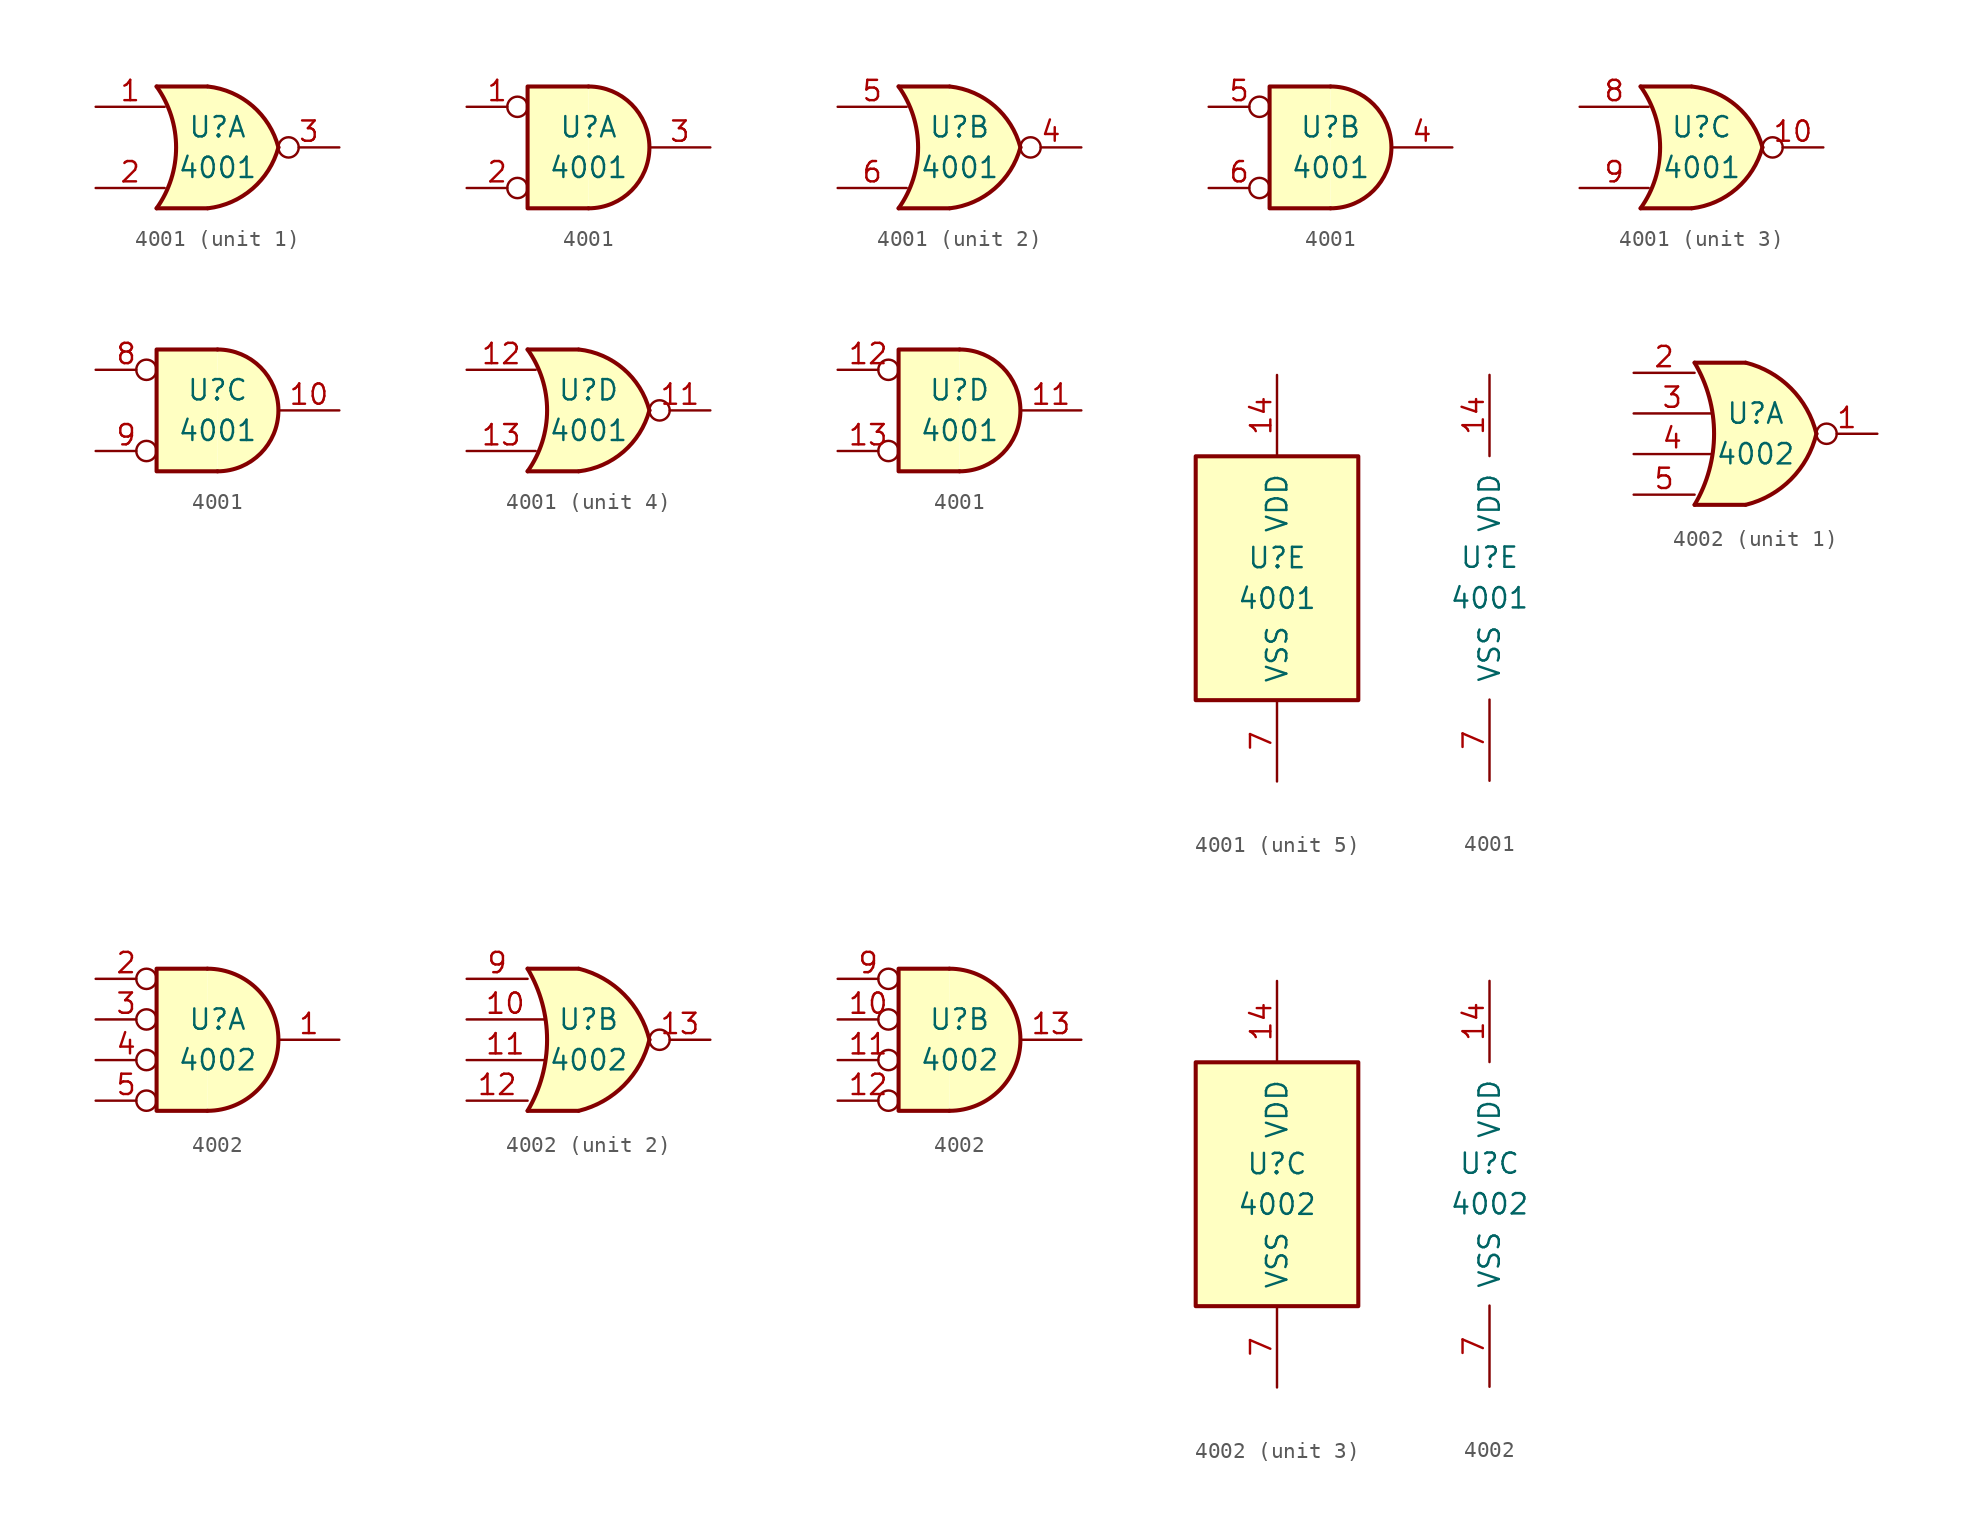
<source format=kicad_sym>
(kicad_symbol_lib
  (version 20241209)
  (generator "kicad_symbol_editor")
  (generator_version "9.0")
  (symbol "4001"
    (pin_names
      (offset 1.016))
    (property "Reference" "U"
      (at 0 1.27 0)
      (effects (font (size 1.27 1.27))))
    (property "Value" "4001"
      (at 0 -1.27 0)
      (effects (font (size 1.27 1.27))))
    (property "ki_locked" ""
      (at 0 0 0)
      (effects (font (size 1.27 1.27))))
    (symbol "4001_1_1"
      (arc (start -3.81 3.81) (mid -2.589 0) (end -3.81 -3.81) (stroke (width 0.254) (type default)) (fill (type none)))
      (polyline (pts (xy -3.81 3.81) (xy -0.635 3.81)) (stroke (width 0.254) (type default)) (fill (type background)))
      (polyline (pts (xy -3.81 -3.81) (xy -0.635 -3.81)) (stroke (width 0.254) (type default)) (fill (type background)))
      (arc (start 3.81 0) (mid 2.1855 -2.584) (end -0.6096 -3.81) (stroke (width 0.254) (type default)) (fill (type background)))
      (arc (start -0.6096 3.81) (mid 2.1928 2.5924) (end 3.81 0) (stroke (width 0.254) (type default)) (fill (type background)))
      (polyline (pts (xy -0.635 3.81) (xy -3.81 3.81) (xy -3.81 3.81) (xy -3.556 3.404) (xy -3.023 2.261) (xy -2.692 1.041) (xy -2.616 -0.254) (xy -2.769 -1.499) (xy -3.175 -2.718) (xy -3.81 -3.81) (xy -3.81 -3.81) (xy -0.635 -3.81)) (stroke (width -25.4) (type default)) (fill (type background)))
      (pin input line (at -7.62 2.54 0) (length 4.318) (name "~" (effects (font (size 1.27 1.27)))) (number "1" (effects (font (size 1.27 1.27)))))
      (pin input line (at -7.62 -2.54 0) (length 4.318) (name "~" (effects (font (size 1.27 1.27)))) (number "2" (effects (font (size 1.27 1.27)))))
      (pin output inverted (at 7.62 0 180) (length 3.81) (name "~" (effects (font (size 1.27 1.27)))) (number "3" (effects (font (size 1.27 1.27))))))
    (symbol "4001_1_2"
      (arc (start 0 3.81) (mid 3.7934 0) (end 0 -3.81) (stroke (width 0.254) (type default)) (fill (type background)))
      (polyline (pts (xy 0 3.81) (xy -3.81 3.81) (xy -3.81 -3.81) (xy 0 -3.81)) (stroke (width 0.254) (type default)) (fill (type background)))
      (pin input inverted (at -7.62 2.54 0) (length 3.81) (name "~" (effects (font (size 1.27 1.27)))) (number "1" (effects (font (size 1.27 1.27)))))
      (pin input inverted (at -7.62 -2.54 0) (length 3.81) (name "~" (effects (font (size 1.27 1.27)))) (number "2" (effects (font (size 1.27 1.27)))))
      (pin output line (at 7.62 0 180) (length 3.81) (name "~" (effects (font (size 1.27 1.27)))) (number "3" (effects (font (size 1.27 1.27))))))
    (symbol "4001_2_1"
      (arc (start -3.81 3.81) (mid -2.589 0) (end -3.81 -3.81) (stroke (width 0.254) (type default)) (fill (type none)))
      (polyline (pts (xy -3.81 3.81) (xy -0.635 3.81)) (stroke (width 0.254) (type default)) (fill (type background)))
      (polyline (pts (xy -3.81 -3.81) (xy -0.635 -3.81)) (stroke (width 0.254) (type default)) (fill (type background)))
      (arc (start 3.81 0) (mid 2.1855 -2.584) (end -0.6096 -3.81) (stroke (width 0.254) (type default)) (fill (type background)))
      (arc (start -0.6096 3.81) (mid 2.1928 2.5924) (end 3.81 0) (stroke (width 0.254) (type default)) (fill (type background)))
      (polyline (pts (xy -0.635 3.81) (xy -3.81 3.81) (xy -3.81 3.81) (xy -3.556 3.404) (xy -3.023 2.261) (xy -2.692 1.041) (xy -2.616 -0.254) (xy -2.769 -1.499) (xy -3.175 -2.718) (xy -3.81 -3.81) (xy -3.81 -3.81) (xy -0.635 -3.81)) (stroke (width -25.4) (type default)) (fill (type background)))
      (pin input line (at -7.62 2.54 0) (length 4.318) (name "~" (effects (font (size 1.27 1.27)))) (number "5" (effects (font (size 1.27 1.27)))))
      (pin input line (at -7.62 -2.54 0) (length 4.318) (name "~" (effects (font (size 1.27 1.27)))) (number "6" (effects (font (size 1.27 1.27)))))
      (pin output inverted (at 7.62 0 180) (length 3.81) (name "~" (effects (font (size 1.27 1.27)))) (number "4" (effects (font (size 1.27 1.27))))))
    (symbol "4001_2_2"
      (arc (start 0 3.81) (mid 3.7934 0) (end 0 -3.81) (stroke (width 0.254) (type default)) (fill (type background)))
      (polyline (pts (xy 0 3.81) (xy -3.81 3.81) (xy -3.81 -3.81) (xy 0 -3.81)) (stroke (width 0.254) (type default)) (fill (type background)))
      (pin input inverted (at -7.62 2.54 0) (length 3.81) (name "~" (effects (font (size 1.27 1.27)))) (number "5" (effects (font (size 1.27 1.27)))))
      (pin input inverted (at -7.62 -2.54 0) (length 3.81) (name "~" (effects (font (size 1.27 1.27)))) (number "6" (effects (font (size 1.27 1.27)))))
      (pin output line (at 7.62 0 180) (length 3.81) (name "~" (effects (font (size 1.27 1.27)))) (number "4" (effects (font (size 1.27 1.27))))))
    (symbol "4001_3_1"
      (arc (start -3.81 3.81) (mid -2.589 0) (end -3.81 -3.81) (stroke (width 0.254) (type default)) (fill (type none)))
      (polyline (pts (xy -3.81 3.81) (xy -0.635 3.81)) (stroke (width 0.254) (type default)) (fill (type background)))
      (polyline (pts (xy -3.81 -3.81) (xy -0.635 -3.81)) (stroke (width 0.254) (type default)) (fill (type background)))
      (arc (start 3.81 0) (mid 2.1855 -2.584) (end -0.6096 -3.81) (stroke (width 0.254) (type default)) (fill (type background)))
      (arc (start -0.6096 3.81) (mid 2.1928 2.5924) (end 3.81 0) (stroke (width 0.254) (type default)) (fill (type background)))
      (polyline (pts (xy -0.635 3.81) (xy -3.81 3.81) (xy -3.81 3.81) (xy -3.556 3.404) (xy -3.023 2.261) (xy -2.692 1.041) (xy -2.616 -0.254) (xy -2.769 -1.499) (xy -3.175 -2.718) (xy -3.81 -3.81) (xy -3.81 -3.81) (xy -0.635 -3.81)) (stroke (width -25.4) (type default)) (fill (type background)))
      (pin input line (at -7.62 2.54 0) (length 4.318) (name "~" (effects (font (size 1.27 1.27)))) (number "8" (effects (font (size 1.27 1.27)))))
      (pin input line (at -7.62 -2.54 0) (length 4.318) (name "~" (effects (font (size 1.27 1.27)))) (number "9" (effects (font (size 1.27 1.27)))))
      (pin output inverted (at 7.62 0 180) (length 3.81) (name "~" (effects (font (size 1.27 1.27)))) (number "10" (effects (font (size 1.27 1.27))))))
    (symbol "4001_3_2"
      (arc (start 0 3.81) (mid 3.7934 0) (end 0 -3.81) (stroke (width 0.254) (type default)) (fill (type background)))
      (polyline (pts (xy 0 3.81) (xy -3.81 3.81) (xy -3.81 -3.81) (xy 0 -3.81)) (stroke (width 0.254) (type default)) (fill (type background)))
      (pin input inverted (at -7.62 2.54 0) (length 3.81) (name "~" (effects (font (size 1.27 1.27)))) (number "8" (effects (font (size 1.27 1.27)))))
      (pin input inverted (at -7.62 -2.54 0) (length 3.81) (name "~" (effects (font (size 1.27 1.27)))) (number "9" (effects (font (size 1.27 1.27)))))
      (pin output line (at 7.62 0 180) (length 3.81) (name "~" (effects (font (size 1.27 1.27)))) (number "10" (effects (font (size 1.27 1.27))))))
    (symbol "4001_4_1"
      (arc (start -3.81 3.81) (mid -2.589 0) (end -3.81 -3.81) (stroke (width 0.254) (type default)) (fill (type none)))
      (polyline (pts (xy -3.81 3.81) (xy -0.635 3.81)) (stroke (width 0.254) (type default)) (fill (type background)))
      (polyline (pts (xy -3.81 -3.81) (xy -0.635 -3.81)) (stroke (width 0.254) (type default)) (fill (type background)))
      (arc (start 3.81 0) (mid 2.1855 -2.584) (end -0.6096 -3.81) (stroke (width 0.254) (type default)) (fill (type background)))
      (arc (start -0.6096 3.81) (mid 2.1928 2.5924) (end 3.81 0) (stroke (width 0.254) (type default)) (fill (type background)))
      (polyline (pts (xy -0.635 3.81) (xy -3.81 3.81) (xy -3.81 3.81) (xy -3.556 3.404) (xy -3.023 2.261) (xy -2.692 1.041) (xy -2.616 -0.254) (xy -2.769 -1.499) (xy -3.175 -2.718) (xy -3.81 -3.81) (xy -3.81 -3.81) (xy -0.635 -3.81)) (stroke (width -25.4) (type default)) (fill (type background)))
      (pin input line (at -7.62 2.54 0) (length 4.318) (name "~" (effects (font (size 1.27 1.27)))) (number "12" (effects (font (size 1.27 1.27)))))
      (pin input line (at -7.62 -2.54 0) (length 4.318) (name "~" (effects (font (size 1.27 1.27)))) (number "13" (effects (font (size 1.27 1.27)))))
      (pin output inverted (at 7.62 0 180) (length 3.81) (name "~" (effects (font (size 1.27 1.27)))) (number "11" (effects (font (size 1.27 1.27))))))
    (symbol "4001_4_2"
      (arc (start 0 3.81) (mid 3.7934 0) (end 0 -3.81) (stroke (width 0.254) (type default)) (fill (type background)))
      (polyline (pts (xy 0 3.81) (xy -3.81 3.81) (xy -3.81 -3.81) (xy 0 -3.81)) (stroke (width 0.254) (type default)) (fill (type background)))
      (pin input inverted (at -7.62 2.54 0) (length 3.81) (name "~" (effects (font (size 1.27 1.27)))) (number "12" (effects (font (size 1.27 1.27)))))
      (pin input inverted (at -7.62 -2.54 0) (length 3.81) (name "~" (effects (font (size 1.27 1.27)))) (number "13" (effects (font (size 1.27 1.27)))))
      (pin output line (at 7.62 0 180) (length 3.81) (name "~" (effects (font (size 1.27 1.27)))) (number "11" (effects (font (size 1.27 1.27))))))
    (symbol "4001_5_0"
      (pin power_in line (at 0 12.7 270) (length 5.08) (name "VDD" (effects (font (size 1.27 1.27)))) (number "14" (effects (font (size 1.27 1.27)))))
      (pin power_in line (at 0 -12.7 90) (length 5.08) (name "VSS" (effects (font (size 1.27 1.27)))) (number "7" (effects (font (size 1.27 1.27))))))
    (symbol "4001_5_1"
      (rectangle (start -5.08 7.62) (end 5.08 -7.62) (stroke (width 0.254) (type default)) (fill (type background)))))
  (symbol "4002"
    (pin_names
      (offset 1.016))
    (property "Reference" "U"
      (at 0 1.27 0)
      (effects (font (size 1.27 1.27))))
    (property "Value" "4002"
      (at 0 -1.27 0)
      (effects (font (size 1.27 1.27))))
    (property "ki_locked" ""
      (at 0 0 0)
      (effects (font (size 1.27 1.27))))
    (symbol "4002_1_1"
      (arc (start -3.81 4.445) (mid -2.5908 0) (end -3.81 -4.445) (stroke (width 0.254) (type default)) (fill (type none)))
      (polyline (pts (xy -3.81 4.445) (xy -0.635 4.445)) (stroke (width 0.254) (type default)) (fill (type background)))
      (polyline (pts (xy -3.81 -4.445) (xy -0.635 -4.445)) (stroke (width 0.254) (type default)) (fill (type background)))
      (arc (start -0.6096 4.445) (mid 2.2198 2.8385) (end 3.81 0) (stroke (width 0.254) (type default)) (fill (type background)))
      (arc (start 3.81 0) (mid 2.224 -2.8428) (end -0.6096 -4.445) (stroke (width 0.254) (type default)) (fill (type background)))
      (polyline (pts (xy -0.635 4.445) (xy -3.81 4.445) (xy -3.81 4.445) (xy -3.632 4.089) (xy -3.099 2.921) (xy -2.769 1.676) (xy -2.616 0.432) (xy -2.642 -0.864) (xy -2.87 -2.108) (xy -3.251 -3.327) (xy -3.81 -4.445) (xy -3.81 -4.445) (xy -0.635 -4.445)) (stroke (width -25.4) (type default)) (fill (type background)))
      (pin input line (at -7.62 3.81 0) (length 3.81) (name "~" (effects (font (size 1.27 1.27)))) (number "2" (effects (font (size 1.27 1.27)))))
      (pin input line (at -7.62 1.27 0) (length 4.826) (name "~" (effects (font (size 1.27 1.27)))) (number "3" (effects (font (size 1.27 1.27)))))
      (pin input line (at -7.62 -1.27 0) (length 4.826) (name "~" (effects (font (size 1.27 1.27)))) (number "4" (effects (font (size 1.27 1.27)))))
      (pin input line (at -7.62 -3.81 0) (length 3.81) (name "~" (effects (font (size 1.27 1.27)))) (number "5" (effects (font (size 1.27 1.27)))))
      (pin output inverted (at 7.62 0 180) (length 3.81) (name "~" (effects (font (size 1.27 1.27)))) (number "1" (effects (font (size 1.27 1.27))))))
    (symbol "4002_1_2"
      (arc (start -0.635 4.445) (mid 3.7907 0) (end -0.635 -4.445) (stroke (width 0.254) (type default)) (fill (type background)))
      (polyline (pts (xy -0.635 4.445) (xy -3.81 4.445) (xy -3.81 -4.445) (xy -0.635 -4.445)) (stroke (width 0.254) (type default)) (fill (type background)))
      (pin input inverted (at -7.62 3.81 0) (length 3.81) (name "~" (effects (font (size 1.27 1.27)))) (number "2" (effects (font (size 1.27 1.27)))))
      (pin input inverted (at -7.62 1.27 0) (length 3.81) (name "~" (effects (font (size 1.27 1.27)))) (number "3" (effects (font (size 1.27 1.27)))))
      (pin input inverted (at -7.62 -1.27 0) (length 3.81) (name "~" (effects (font (size 1.27 1.27)))) (number "4" (effects (font (size 1.27 1.27)))))
      (pin input inverted (at -7.62 -3.81 0) (length 3.81) (name "~" (effects (font (size 1.27 1.27)))) (number "5" (effects (font (size 1.27 1.27)))))
      (pin output line (at 7.62 0 180) (length 3.81) (name "~" (effects (font (size 1.27 1.27)))) (number "1" (effects (font (size 1.27 1.27))))))
    (symbol "4002_2_1"
      (arc (start -3.81 4.445) (mid -2.5908 0) (end -3.81 -4.445) (stroke (width 0.254) (type default)) (fill (type none)))
      (polyline (pts (xy -3.81 4.445) (xy -0.635 4.445)) (stroke (width 0.254) (type default)) (fill (type background)))
      (polyline (pts (xy -3.81 -4.445) (xy -0.635 -4.445)) (stroke (width 0.254) (type default)) (fill (type background)))
      (arc (start -0.6096 4.445) (mid 2.2198 2.8385) (end 3.81 0) (stroke (width 0.254) (type default)) (fill (type background)))
      (arc (start 3.81 0) (mid 2.224 -2.8428) (end -0.6096 -4.445) (stroke (width 0.254) (type default)) (fill (type background)))
      (polyline (pts (xy -0.635 4.445) (xy -3.81 4.445) (xy -3.81 4.445) (xy -3.632 4.089) (xy -3.099 2.921) (xy -2.769 1.676) (xy -2.616 0.432) (xy -2.642 -0.864) (xy -2.87 -2.108) (xy -3.251 -3.327) (xy -3.81 -4.445) (xy -3.81 -4.445) (xy -0.635 -4.445)) (stroke (width -25.4) (type default)) (fill (type background)))
      (pin input line (at -7.62 3.81 0) (length 3.81) (name "~" (effects (font (size 1.27 1.27)))) (number "9" (effects (font (size 1.27 1.27)))))
      (pin input line (at -7.62 1.27 0) (length 4.826) (name "~" (effects (font (size 1.27 1.27)))) (number "10" (effects (font (size 1.27 1.27)))))
      (pin input line (at -7.62 -1.27 0) (length 4.826) (name "~" (effects (font (size 1.27 1.27)))) (number "11" (effects (font (size 1.27 1.27)))))
      (pin input line (at -7.62 -3.81 0) (length 3.81) (name "~" (effects (font (size 1.27 1.27)))) (number "12" (effects (font (size 1.27 1.27)))))
      (pin output inverted (at 7.62 0 180) (length 3.81) (name "~" (effects (font (size 1.27 1.27)))) (number "13" (effects (font (size 1.27 1.27))))))
    (symbol "4002_2_2"
      (arc (start -0.635 4.445) (mid 3.7907 0) (end -0.635 -4.445) (stroke (width 0.254) (type default)) (fill (type background)))
      (polyline (pts (xy -0.635 4.445) (xy -3.81 4.445) (xy -3.81 -4.445) (xy -0.635 -4.445)) (stroke (width 0.254) (type default)) (fill (type background)))
      (pin input inverted (at -7.62 3.81 0) (length 3.81) (name "~" (effects (font (size 1.27 1.27)))) (number "9" (effects (font (size 1.27 1.27)))))
      (pin input inverted (at -7.62 1.27 0) (length 3.81) (name "~" (effects (font (size 1.27 1.27)))) (number "10" (effects (font (size 1.27 1.27)))))
      (pin input inverted (at -7.62 -1.27 0) (length 3.81) (name "~" (effects (font (size 1.27 1.27)))) (number "11" (effects (font (size 1.27 1.27)))))
      (pin input inverted (at -7.62 -3.81 0) (length 3.81) (name "~" (effects (font (size 1.27 1.27)))) (number "12" (effects (font (size 1.27 1.27)))))
      (pin output line (at 7.62 0 180) (length 3.81) (name "~" (effects (font (size 1.27 1.27)))) (number "13" (effects (font (size 1.27 1.27))))))
    (symbol "4002_3_0"
      (pin power_in line (at 0 12.7 270) (length 5.08) (name "VDD" (effects (font (size 1.27 1.27)))) (number "14" (effects (font (size 1.27 1.27)))))
      (pin power_in line (at 0 -12.7 90) (length 5.08) (name "VSS" (effects (font (size 1.27 1.27)))) (number "7" (effects (font (size 1.27 1.27))))))
    (symbol "4002_3_1"
      (rectangle (start -5.08 7.62) (end 5.08 -7.62) (stroke (width 0.254) (type default)) (fill (type background))))))
</source>
